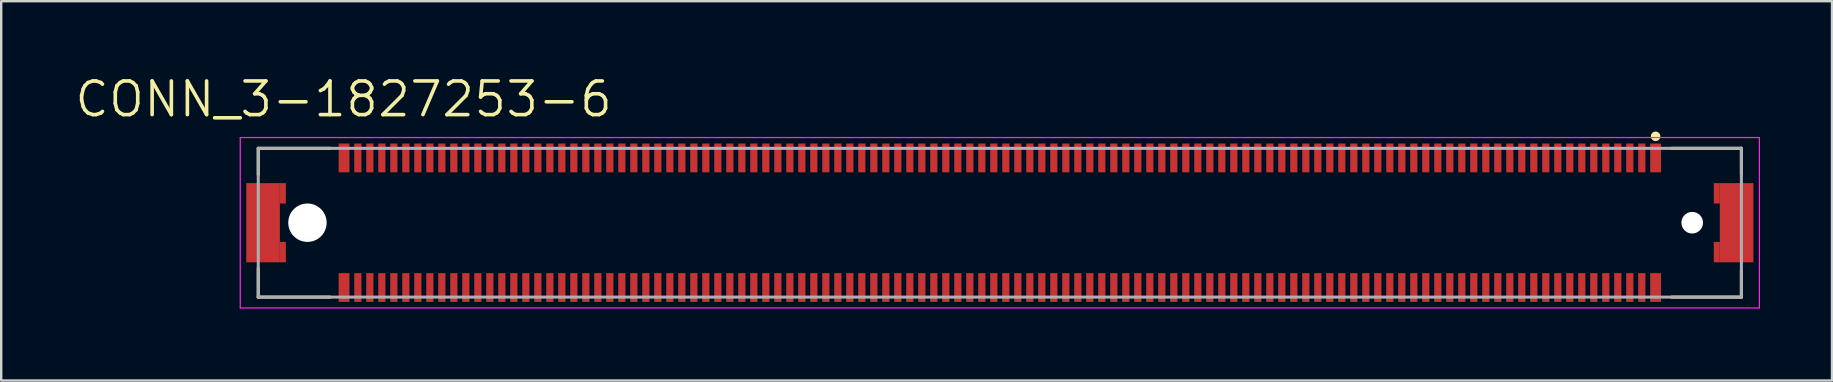
<source format=kicad_pcb>
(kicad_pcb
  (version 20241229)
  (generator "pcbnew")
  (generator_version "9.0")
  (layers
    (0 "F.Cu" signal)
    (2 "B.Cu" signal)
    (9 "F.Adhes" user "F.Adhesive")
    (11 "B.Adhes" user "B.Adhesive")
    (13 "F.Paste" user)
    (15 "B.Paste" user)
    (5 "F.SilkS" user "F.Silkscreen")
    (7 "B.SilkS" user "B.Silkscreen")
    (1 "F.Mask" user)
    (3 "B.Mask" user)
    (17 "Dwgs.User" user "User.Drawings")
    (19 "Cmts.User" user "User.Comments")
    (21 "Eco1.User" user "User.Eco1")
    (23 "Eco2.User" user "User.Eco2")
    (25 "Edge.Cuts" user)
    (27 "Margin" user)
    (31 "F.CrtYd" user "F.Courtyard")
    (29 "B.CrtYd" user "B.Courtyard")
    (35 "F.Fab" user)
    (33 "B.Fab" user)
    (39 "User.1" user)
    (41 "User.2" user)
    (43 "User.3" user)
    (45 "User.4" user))
  (footprint "CONN_3-1827253-6"
    (layer "F.Cu")
    (at 38.611 6.23)
    (property "Reference" "CONN_3-1827253-6" (at -27.344 -5.146 0) (layer "F.SilkS") (effects (font (size 1.402 1.402) (thickness 0.15))))
    (attr through_hole)
    (fp_line (start -30.9 -3.1) (end -30.9 -2) (stroke (width 0.127) (type solid)) (layer "F.SilkS"))
    (fp_line (start -30.9 -3.1) (end -27.9 -3.1) (stroke (width 0.127) (type solid)) (layer "F.SilkS"))
    (fp_line (start -30.9 1.9) (end -30.9 3.1) (stroke (width 0.127) (type solid)) (layer "F.SilkS"))
    (fp_line (start -30.9 3.1) (end -27.9 3.1) (stroke (width 0.127) (type solid)) (layer "F.SilkS"))
    (fp_line (start 28 -3.1) (end 30.9 -3.1) (stroke (width 0.127) (type solid)) (layer "F.SilkS"))
    (fp_line (start 30.9 -3.1) (end 30.9 -2) (stroke (width 0.127) (type solid)) (layer "F.SilkS"))
    (fp_line (start 30.9 2) (end 30.9 3.1) (stroke (width 0.127) (type solid)) (layer "F.SilkS"))
    (fp_line (start 30.9 3.1) (end 28 3.1) (stroke (width 0.127) (type solid)) (layer "F.SilkS"))
    (fp_circle (center 27.325 -3.6) (end 27.425 -3.6) (stroke (width 0.2) (type solid)) (fill no) (layer "F.SilkS"))
    (fp_line (start -31.65 -3.55) (end 31.65 -3.55) (stroke (width 0.05) (type solid)) (layer "F.CrtYd"))
    (fp_line (start -31.65 3.55) (end -31.65 -3.55) (stroke (width 0.05) (type solid)) (layer "F.CrtYd"))
    (fp_line (start 31.65 -3.55) (end 31.65 3.55) (stroke (width 0.05) (type solid)) (layer "F.CrtYd"))
    (fp_line (start 31.65 3.55) (end -31.65 3.55) (stroke (width 0.05) (type solid)) (layer "F.CrtYd"))
    (fp_line (start -30.9 -3.1) (end -30.9 3.1) (stroke (width 0.127) (type solid)) (layer "F.Fab"))
    (fp_line (start -30.9 -3.1) (end 30.9 -3.1) (stroke (width 0.127) (type solid)) (layer "F.Fab"))
    (fp_line (start -30.9 3.1) (end 30.9 3.1) (stroke (width 0.127) (type solid)) (layer "F.Fab"))
    (fp_line (start 30.9 -3.1) (end 30.9 3.1) (stroke (width 0.127) (type solid)) (layer "F.Fab"))
    (pad "" np_thru_hole circle (at -28.85 0) (size 1.6 1.6) (drill 1.6) (layers "*.Cu" "*.Mask"))
    (pad "" np_thru_hole circle (at 28.85 0) (size 0.9 0.9) (drill 0.9) (layers "*.Cu" "*.Mask"))
    (pad "221" smd rect (at -30.7 0) (size 1.4 3.3) (layers "F.Cu" "F.Mask" "F.Paste"))
    (pad "221.1" smd rect (at -29.875 -1.225) (size 0.25 0.85) (layers "F.Cu" "F.Mask" "F.Paste"))
    (pad "221.2" smd rect (at -29.875 1.225) (size 0.25 0.85) (layers "F.Cu" "F.Mask" "F.Paste"))
    (pad "222" smd rect (at 30.7 0 180) (size 1.4 3.3) (layers "F.Cu" "F.Mask" "F.Paste"))
    (pad "222.1" smd rect (at 29.875 -1.225 180) (size 0.25 0.85) (layers "F.Cu" "F.Mask" "F.Paste"))
    (pad "222.2" smd rect (at 29.875 1.225 180) (size 0.25 0.85) (layers "F.Cu" "F.Mask" "F.Paste"))
    (pad "A1" smd rect (at 27.325 -2.7) (size 0.45 1.2) (layers "F.Cu" "F.Mask" "F.Paste"))
    (pad "A2" smd rect (at 26.75 -2.7) (size 0.3 1.2) (layers "F.Cu" "F.Mask" "F.Paste"))
    (pad "A3" smd rect (at 26.25 -2.7) (size 0.3 1.2) (layers "F.Cu" "F.Mask" "F.Paste"))
    (pad "A4" smd rect (at 25.75 -2.7) (size 0.3 1.2) (layers "F.Cu" "F.Mask" "F.Paste"))
    (pad "A5" smd rect (at 25.25 -2.7) (size 0.3 1.2) (layers "F.Cu" "F.Mask" "F.Paste"))
    (pad "A6" smd rect (at 24.75 -2.7) (size 0.3 1.2) (layers "F.Cu" "F.Mask" "F.Paste"))
    (pad "A7" smd rect (at 24.25 -2.7) (size 0.3 1.2) (layers "F.Cu" "F.Mask" "F.Paste"))
    (pad "A8" smd rect (at 23.75 -2.7) (size 0.3 1.2) (layers "F.Cu" "F.Mask" "F.Paste"))
    (pad "A9" smd rect (at 23.25 -2.7) (size 0.3 1.2) (layers "F.Cu" "F.Mask" "F.Paste"))
    (pad "A10" smd rect (at 22.75 -2.7) (size 0.3 1.2) (layers "F.Cu" "F.Mask" "F.Paste"))
    (pad "A11" smd rect (at 22.25 -2.7) (size 0.3 1.2) (layers "F.Cu" "F.Mask" "F.Paste"))
    (pad "A12" smd rect (at 21.75 -2.7) (size 0.3 1.2) (layers "F.Cu" "F.Mask" "F.Paste"))
    (pad "A13" smd rect (at 21.25 -2.7) (size 0.3 1.2) (layers "F.Cu" "F.Mask" "F.Paste"))
    (pad "A14" smd rect (at 20.75 -2.7) (size 0.3 1.2) (layers "F.Cu" "F.Mask" "F.Paste"))
    (pad "A15" smd rect (at 20.25 -2.7) (size 0.3 1.2) (layers "F.Cu" "F.Mask" "F.Paste"))
    (pad "A16" smd rect (at 19.75 -2.7) (size 0.3 1.2) (layers "F.Cu" "F.Mask" "F.Paste"))
    (pad "A17" smd rect (at 19.25 -2.7) (size 0.3 1.2) (layers "F.Cu" "F.Mask" "F.Paste"))
    (pad "A18" smd rect (at 18.75 -2.7) (size 0.3 1.2) (layers "F.Cu" "F.Mask" "F.Paste"))
    (pad "A19" smd rect (at 18.25 -2.7) (size 0.3 1.2) (layers "F.Cu" "F.Mask" "F.Paste"))
    (pad "A20" smd rect (at 17.75 -2.7) (size 0.3 1.2) (layers "F.Cu" "F.Mask" "F.Paste"))
    (pad "A21" smd rect (at 17.25 -2.7) (size 0.3 1.2) (layers "F.Cu" "F.Mask" "F.Paste"))
    (pad "A22" smd rect (at 16.75 -2.7) (size 0.3 1.2) (layers "F.Cu" "F.Mask" "F.Paste"))
    (pad "A23" smd rect (at 16.25 -2.7) (size 0.3 1.2) (layers "F.Cu" "F.Mask" "F.Paste"))
    (pad "A24" smd rect (at 15.75 -2.7) (size 0.3 1.2) (layers "F.Cu" "F.Mask" "F.Paste"))
    (pad "A25" smd rect (at 15.25 -2.7) (size 0.3 1.2) (layers "F.Cu" "F.Mask" "F.Paste"))
    (pad "A26" smd rect (at 14.75 -2.7) (size 0.3 1.2) (layers "F.Cu" "F.Mask" "F.Paste"))
    (pad "A27" smd rect (at 14.25 -2.7) (size 0.3 1.2) (layers "F.Cu" "F.Mask" "F.Paste"))
    (pad "A28" smd rect (at 13.75 -2.7) (size 0.3 1.2) (layers "F.Cu" "F.Mask" "F.Paste"))
    (pad "A29" smd rect (at 13.25 -2.7) (size 0.3 1.2) (layers "F.Cu" "F.Mask" "F.Paste"))
    (pad "A30" smd rect (at 12.75 -2.7) (size 0.3 1.2) (layers "F.Cu" "F.Mask" "F.Paste"))
    (pad "A31" smd rect (at 12.25 -2.7) (size 0.3 1.2) (layers "F.Cu" "F.Mask" "F.Paste"))
    (pad "A32" smd rect (at 11.75 -2.7) (size 0.3 1.2) (layers "F.Cu" "F.Mask" "F.Paste"))
    (pad "A33" smd rect (at 11.25 -2.7) (size 0.3 1.2) (layers "F.Cu" "F.Mask" "F.Paste"))
    (pad "A34" smd rect (at 10.75 -2.7) (size 0.3 1.2) (layers "F.Cu" "F.Mask" "F.Paste"))
    (pad "A35" smd rect (at 10.25 -2.7) (size 0.3 1.2) (layers "F.Cu" "F.Mask" "F.Paste"))
    (pad "A36" smd rect (at 9.75 -2.7) (size 0.3 1.2) (layers "F.Cu" "F.Mask" "F.Paste"))
    (pad "A37" smd rect (at 9.25 -2.7) (size 0.3 1.2) (layers "F.Cu" "F.Mask" "F.Paste"))
    (pad "A38" smd rect (at 8.75 -2.7) (size 0.3 1.2) (layers "F.Cu" "F.Mask" "F.Paste"))
    (pad "A39" smd rect (at 8.25 -2.7) (size 0.3 1.2) (layers "F.Cu" "F.Mask" "F.Paste"))
    (pad "A40" smd rect (at 7.75 -2.7) (size 0.3 1.2) (layers "F.Cu" "F.Mask" "F.Paste"))
    (pad "A41" smd rect (at 7.25 -2.7) (size 0.3 1.2) (layers "F.Cu" "F.Mask" "F.Paste"))
    (pad "A42" smd rect (at 6.75 -2.7) (size 0.3 1.2) (layers "F.Cu" "F.Mask" "F.Paste"))
    (pad "A43" smd rect (at 6.25 -2.7) (size 0.3 1.2) (layers "F.Cu" "F.Mask" "F.Paste"))
    (pad "A44" smd rect (at 5.75 -2.7) (size 0.3 1.2) (layers "F.Cu" "F.Mask" "F.Paste"))
    (pad "A45" smd rect (at 5.25 -2.7) (size 0.3 1.2) (layers "F.Cu" "F.Mask" "F.Paste"))
    (pad "A46" smd rect (at 4.75 -2.7) (size 0.3 1.2) (layers "F.Cu" "F.Mask" "F.Paste"))
    (pad "A47" smd rect (at 4.25 -2.7) (size 0.3 1.2) (layers "F.Cu" "F.Mask" "F.Paste"))
    (pad "A48" smd rect (at 3.75 -2.7) (size 0.3 1.2) (layers "F.Cu" "F.Mask" "F.Paste"))
    (pad "A49" smd rect (at 3.25 -2.7) (size 0.3 1.2) (layers "F.Cu" "F.Mask" "F.Paste"))
    (pad "A50" smd rect (at 2.75 -2.7) (size 0.3 1.2) (layers "F.Cu" "F.Mask" "F.Paste"))
    (pad "A51" smd rect (at 2.25 -2.7) (size 0.3 1.2) (layers "F.Cu" "F.Mask" "F.Paste"))
    (pad "A52" smd rect (at 1.75 -2.7) (size 0.3 1.2) (layers "F.Cu" "F.Mask" "F.Paste"))
    (pad "A53" smd rect (at 1.25 -2.7) (size 0.3 1.2) (layers "F.Cu" "F.Mask" "F.Paste"))
    (pad "A54" smd rect (at 0.75 -2.7) (size 0.3 1.2) (layers "F.Cu" "F.Mask" "F.Paste"))
    (pad "A55" smd rect (at 0.25 -2.7) (size 0.3 1.2) (layers "F.Cu" "F.Mask" "F.Paste"))
    (pad "A56" smd rect (at -0.25 -2.7) (size 0.3 1.2) (layers "F.Cu" "F.Mask" "F.Paste"))
    (pad "A57" smd rect (at -0.75 -2.7) (size 0.3 1.2) (layers "F.Cu" "F.Mask" "F.Paste"))
    (pad "A58" smd rect (at -1.25 -2.7) (size 0.3 1.2) (layers "F.Cu" "F.Mask" "F.Paste"))
    (pad "A59" smd rect (at -1.75 -2.7) (size 0.3 1.2) (layers "F.Cu" "F.Mask" "F.Paste"))
    (pad "A60" smd rect (at -2.25 -2.7) (size 0.3 1.2) (layers "F.Cu" "F.Mask" "F.Paste"))
    (pad "A61" smd rect (at -2.75 -2.7) (size 0.3 1.2) (layers "F.Cu" "F.Mask" "F.Paste"))
    (pad "A62" smd rect (at -3.25 -2.7) (size 0.3 1.2) (layers "F.Cu" "F.Mask" "F.Paste"))
    (pad "A63" smd rect (at -3.75 -2.7) (size 0.3 1.2) (layers "F.Cu" "F.Mask" "F.Paste"))
    (pad "A64" smd rect (at -4.25 -2.7) (size 0.3 1.2) (layers "F.Cu" "F.Mask" "F.Paste"))
    (pad "A65" smd rect (at -4.75 -2.7) (size 0.3 1.2) (layers "F.Cu" "F.Mask" "F.Paste"))
    (pad "A66" smd rect (at -5.25 -2.7) (size 0.3 1.2) (layers "F.Cu" "F.Mask" "F.Paste"))
    (pad "A67" smd rect (at -5.75 -2.7) (size 0.3 1.2) (layers "F.Cu" "F.Mask" "F.Paste"))
    (pad "A68" smd rect (at -6.25 -2.7) (size 0.3 1.2) (layers "F.Cu" "F.Mask" "F.Paste"))
    (pad "A69" smd rect (at -6.75 -2.7) (size 0.3 1.2) (layers "F.Cu" "F.Mask" "F.Paste"))
    (pad "A70" smd rect (at -7.25 -2.7) (size 0.3 1.2) (layers "F.Cu" "F.Mask" "F.Paste"))
    (pad "A71" smd rect (at -7.75 -2.7) (size 0.3 1.2) (layers "F.Cu" "F.Mask" "F.Paste"))
    (pad "A72" smd rect (at -8.25 -2.7) (size 0.3 1.2) (layers "F.Cu" "F.Mask" "F.Paste"))
    (pad "A73" smd rect (at -8.75 -2.7) (size 0.3 1.2) (layers "F.Cu" "F.Mask" "F.Paste"))
    (pad "A74" smd rect (at -9.25 -2.7) (size 0.3 1.2) (layers "F.Cu" "F.Mask" "F.Paste"))
    (pad "A75" smd rect (at -9.75 -2.7) (size 0.3 1.2) (layers "F.Cu" "F.Mask" "F.Paste"))
    (pad "A76" smd rect (at -10.25 -2.7) (size 0.3 1.2) (layers "F.Cu" "F.Mask" "F.Paste"))
    (pad "A77" smd rect (at -10.75 -2.7) (size 0.3 1.2) (layers "F.Cu" "F.Mask" "F.Paste"))
    (pad "A78" smd rect (at -11.25 -2.7) (size 0.3 1.2) (layers "F.Cu" "F.Mask" "F.Paste"))
    (pad "A79" smd rect (at -11.75 -2.7) (size 0.3 1.2) (layers "F.Cu" "F.Mask" "F.Paste"))
    (pad "A80" smd rect (at -12.25 -2.7) (size 0.3 1.2) (layers "F.Cu" "F.Mask" "F.Paste"))
    (pad "A81" smd rect (at -12.75 -2.7) (size 0.3 1.2) (layers "F.Cu" "F.Mask" "F.Paste"))
    (pad "A82" smd rect (at -13.25 -2.7) (size 0.3 1.2) (layers "F.Cu" "F.Mask" "F.Paste"))
    (pad "A83" smd rect (at -13.75 -2.7) (size 0.3 1.2) (layers "F.Cu" "F.Mask" "F.Paste"))
    (pad "A84" smd rect (at -14.25 -2.7) (size 0.3 1.2) (layers "F.Cu" "F.Mask" "F.Paste"))
    (pad "A85" smd rect (at -14.75 -2.7) (size 0.3 1.2) (layers "F.Cu" "F.Mask" "F.Paste"))
    (pad "A86" smd rect (at -15.25 -2.7) (size 0.3 1.2) (layers "F.Cu" "F.Mask" "F.Paste"))
    (pad "A87" smd rect (at -15.75 -2.7) (size 0.3 1.2) (layers "F.Cu" "F.Mask" "F.Paste"))
    (pad "A88" smd rect (at -16.25 -2.7) (size 0.3 1.2) (layers "F.Cu" "F.Mask" "F.Paste"))
    (pad "A89" smd rect (at -16.75 -2.7) (size 0.3 1.2) (layers "F.Cu" "F.Mask" "F.Paste"))
    (pad "A90" smd rect (at -17.25 -2.7) (size 0.3 1.2) (layers "F.Cu" "F.Mask" "F.Paste"))
    (pad "A91" smd rect (at -17.75 -2.7) (size 0.3 1.2) (layers "F.Cu" "F.Mask" "F.Paste"))
    (pad "A92" smd rect (at -18.25 -2.7) (size 0.3 1.2) (layers "F.Cu" "F.Mask" "F.Paste"))
    (pad "A93" smd rect (at -18.75 -2.7) (size 0.3 1.2) (layers "F.Cu" "F.Mask" "F.Paste"))
    (pad "A94" smd rect (at -19.25 -2.7) (size 0.3 1.2) (layers "F.Cu" "F.Mask" "F.Paste"))
    (pad "A95" smd rect (at -19.75 -2.7) (size 0.3 1.2) (layers "F.Cu" "F.Mask" "F.Paste"))
    (pad "A96" smd rect (at -20.25 -2.7) (size 0.3 1.2) (layers "F.Cu" "F.Mask" "F.Paste"))
    (pad "A97" smd rect (at -20.75 -2.7) (size 0.3 1.2) (layers "F.Cu" "F.Mask" "F.Paste"))
    (pad "A98" smd rect (at -21.25 -2.7) (size 0.3 1.2) (layers "F.Cu" "F.Mask" "F.Paste"))
    (pad "A99" smd rect (at -21.75 -2.7) (size 0.3 1.2) (layers "F.Cu" "F.Mask" "F.Paste"))
    (pad "A100" smd rect (at -22.25 -2.7) (size 0.3 1.2) (layers "F.Cu" "F.Mask" "F.Paste"))
    (pad "A101" smd rect (at -22.75 -2.7) (size 0.3 1.2) (layers "F.Cu" "F.Mask" "F.Paste"))
    (pad "A102" smd rect (at -23.25 -2.7) (size 0.3 1.2) (layers "F.Cu" "F.Mask" "F.Paste"))
    (pad "A103" smd rect (at -23.75 -2.7) (size 0.3 1.2) (layers "F.Cu" "F.Mask" "F.Paste"))
    (pad "A104" smd rect (at -24.25 -2.7) (size 0.3 1.2) (layers "F.Cu" "F.Mask" "F.Paste"))
    (pad "A105" smd rect (at -24.75 -2.7) (size 0.3 1.2) (layers "F.Cu" "F.Mask" "F.Paste"))
    (pad "A106" smd rect (at -25.25 -2.7) (size 0.3 1.2) (layers "F.Cu" "F.Mask" "F.Paste"))
    (pad "A107" smd rect (at -25.75 -2.7) (size 0.3 1.2) (layers "F.Cu" "F.Mask" "F.Paste"))
    (pad "A108" smd rect (at -26.25 -2.7) (size 0.3 1.2) (layers "F.Cu" "F.Mask" "F.Paste"))
    (pad "A109" smd rect (at -26.75 -2.7) (size 0.3 1.2) (layers "F.Cu" "F.Mask" "F.Paste"))
    (pad "A110" smd rect (at -27.325 -2.7) (size 0.45 1.2) (layers "F.Cu" "F.Mask" "F.Paste"))
    (pad "B1" smd rect (at 27.325 2.7 180) (size 0.45 1.2) (layers "F.Cu" "F.Mask" "F.Paste"))
    (pad "B2" smd rect (at 26.75 2.7 180) (size 0.3 1.2) (layers "F.Cu" "F.Mask" "F.Paste"))
    (pad "B3" smd rect (at 26.25 2.7 180) (size 0.3 1.2) (layers "F.Cu" "F.Mask" "F.Paste"))
    (pad "B4" smd rect (at 25.75 2.7 180) (size 0.3 1.2) (layers "F.Cu" "F.Mask" "F.Paste"))
    (pad "B5" smd rect (at 25.25 2.7 180) (size 0.3 1.2) (layers "F.Cu" "F.Mask" "F.Paste"))
    (pad "B6" smd rect (at 24.75 2.7 180) (size 0.3 1.2) (layers "F.Cu" "F.Mask" "F.Paste"))
    (pad "B7" smd rect (at 24.25 2.7 180) (size 0.3 1.2) (layers "F.Cu" "F.Mask" "F.Paste"))
    (pad "B8" smd rect (at 23.75 2.7 180) (size 0.3 1.2) (layers "F.Cu" "F.Mask" "F.Paste"))
    (pad "B9" smd rect (at 23.25 2.7 180) (size 0.3 1.2) (layers "F.Cu" "F.Mask" "F.Paste"))
    (pad "B10" smd rect (at 22.75 2.7 180) (size 0.3 1.2) (layers "F.Cu" "F.Mask" "F.Paste"))
    (pad "B11" smd rect (at 22.25 2.7 180) (size 0.3 1.2) (layers "F.Cu" "F.Mask" "F.Paste"))
    (pad "B12" smd rect (at 21.75 2.7 180) (size 0.3 1.2) (layers "F.Cu" "F.Mask" "F.Paste"))
    (pad "B13" smd rect (at 21.25 2.7 180) (size 0.3 1.2) (layers "F.Cu" "F.Mask" "F.Paste"))
    (pad "B14" smd rect (at 20.75 2.7 180) (size 0.3 1.2) (layers "F.Cu" "F.Mask" "F.Paste"))
    (pad "B15" smd rect (at 20.25 2.7 180) (size 0.3 1.2) (layers "F.Cu" "F.Mask" "F.Paste"))
    (pad "B16" smd rect (at 19.75 2.7 180) (size 0.3 1.2) (layers "F.Cu" "F.Mask" "F.Paste"))
    (pad "B17" smd rect (at 19.25 2.7 180) (size 0.3 1.2) (layers "F.Cu" "F.Mask" "F.Paste"))
    (pad "B18" smd rect (at 18.75 2.7 180) (size 0.3 1.2) (layers "F.Cu" "F.Mask" "F.Paste"))
    (pad "B19" smd rect (at 18.25 2.7 180) (size 0.3 1.2) (layers "F.Cu" "F.Mask" "F.Paste"))
    (pad "B20" smd rect (at 17.75 2.7 180) (size 0.3 1.2) (layers "F.Cu" "F.Mask" "F.Paste"))
    (pad "B21" smd rect (at 17.25 2.7 180) (size 0.3 1.2) (layers "F.Cu" "F.Mask" "F.Paste"))
    (pad "B22" smd rect (at 16.75 2.7 180) (size 0.3 1.2) (layers "F.Cu" "F.Mask" "F.Paste"))
    (pad "B23" smd rect (at 16.25 2.7 180) (size 0.3 1.2) (layers "F.Cu" "F.Mask" "F.Paste"))
    (pad "B24" smd rect (at 15.75 2.7 180) (size 0.3 1.2) (layers "F.Cu" "F.Mask" "F.Paste"))
    (pad "B25" smd rect (at 15.25 2.7 180) (size 0.3 1.2) (layers "F.Cu" "F.Mask" "F.Paste"))
    (pad "B26" smd rect (at 14.75 2.7 180) (size 0.3 1.2) (layers "F.Cu" "F.Mask" "F.Paste"))
    (pad "B27" smd rect (at 14.25 2.7 180) (size 0.3 1.2) (layers "F.Cu" "F.Mask" "F.Paste"))
    (pad "B28" smd rect (at 13.75 2.7 180) (size 0.3 1.2) (layers "F.Cu" "F.Mask" "F.Paste"))
    (pad "B29" smd rect (at 13.25 2.7 180) (size 0.3 1.2) (layers "F.Cu" "F.Mask" "F.Paste"))
    (pad "B30" smd rect (at 12.75 2.7 180) (size 0.3 1.2) (layers "F.Cu" "F.Mask" "F.Paste"))
    (pad "B31" smd rect (at 12.25 2.7 180) (size 0.3 1.2) (layers "F.Cu" "F.Mask" "F.Paste"))
    (pad "B32" smd rect (at 11.75 2.7 180) (size 0.3 1.2) (layers "F.Cu" "F.Mask" "F.Paste"))
    (pad "B33" smd rect (at 11.25 2.7 180) (size 0.3 1.2) (layers "F.Cu" "F.Mask" "F.Paste"))
    (pad "B34" smd rect (at 10.75 2.7 180) (size 0.3 1.2) (layers "F.Cu" "F.Mask" "F.Paste"))
    (pad "B35" smd rect (at 10.25 2.7 180) (size 0.3 1.2) (layers "F.Cu" "F.Mask" "F.Paste"))
    (pad "B36" smd rect (at 9.75 2.7 180) (size 0.3 1.2) (layers "F.Cu" "F.Mask" "F.Paste"))
    (pad "B37" smd rect (at 9.25 2.7 180) (size 0.3 1.2) (layers "F.Cu" "F.Mask" "F.Paste"))
    (pad "B38" smd rect (at 8.75 2.7 180) (size 0.3 1.2) (layers "F.Cu" "F.Mask" "F.Paste"))
    (pad "B39" smd rect (at 8.25 2.7 180) (size 0.3 1.2) (layers "F.Cu" "F.Mask" "F.Paste"))
    (pad "B40" smd rect (at 7.75 2.7 180) (size 0.3 1.2) (layers "F.Cu" "F.Mask" "F.Paste"))
    (pad "B41" smd rect (at 7.25 2.7 180) (size 0.3 1.2) (layers "F.Cu" "F.Mask" "F.Paste"))
    (pad "B42" smd rect (at 6.75 2.7 180) (size 0.3 1.2) (layers "F.Cu" "F.Mask" "F.Paste"))
    (pad "B43" smd rect (at 6.25 2.7 180) (size 0.3 1.2) (layers "F.Cu" "F.Mask" "F.Paste"))
    (pad "B44" smd rect (at 5.75 2.7 180) (size 0.3 1.2) (layers "F.Cu" "F.Mask" "F.Paste"))
    (pad "B45" smd rect (at 5.25 2.7 180) (size 0.3 1.2) (layers "F.Cu" "F.Mask" "F.Paste"))
    (pad "B46" smd rect (at 4.75 2.7 180) (size 0.3 1.2) (layers "F.Cu" "F.Mask" "F.Paste"))
    (pad "B47" smd rect (at 4.25 2.7 180) (size 0.3 1.2) (layers "F.Cu" "F.Mask" "F.Paste"))
    (pad "B48" smd rect (at 3.75 2.7 180) (size 0.3 1.2) (layers "F.Cu" "F.Mask" "F.Paste"))
    (pad "B49" smd rect (at 3.25 2.7 180) (size 0.3 1.2) (layers "F.Cu" "F.Mask" "F.Paste"))
    (pad "B50" smd rect (at 2.75 2.7 180) (size 0.3 1.2) (layers "F.Cu" "F.Mask" "F.Paste"))
    (pad "B51" smd rect (at 2.25 2.7 180) (size 0.3 1.2) (layers "F.Cu" "F.Mask" "F.Paste"))
    (pad "B52" smd rect (at 1.75 2.7 180) (size 0.3 1.2) (layers "F.Cu" "F.Mask" "F.Paste"))
    (pad "B53" smd rect (at 1.25 2.7 180) (size 0.3 1.2) (layers "F.Cu" "F.Mask" "F.Paste"))
    (pad "B54" smd rect (at 0.75 2.7 180) (size 0.3 1.2) (layers "F.Cu" "F.Mask" "F.Paste"))
    (pad "B55" smd rect (at 0.25 2.7 180) (size 0.3 1.2) (layers "F.Cu" "F.Mask" "F.Paste"))
    (pad "B56" smd rect (at -0.25 2.7 180) (size 0.3 1.2) (layers "F.Cu" "F.Mask" "F.Paste"))
    (pad "B57" smd rect (at -0.75 2.7 180) (size 0.3 1.2) (layers "F.Cu" "F.Mask" "F.Paste"))
    (pad "B58" smd rect (at -1.25 2.7 180) (size 0.3 1.2) (layers "F.Cu" "F.Mask" "F.Paste"))
    (pad "B59" smd rect (at -1.75 2.7 180) (size 0.3 1.2) (layers "F.Cu" "F.Mask" "F.Paste"))
    (pad "B60" smd rect (at -2.25 2.7 180) (size 0.3 1.2) (layers "F.Cu" "F.Mask" "F.Paste"))
    (pad "B61" smd rect (at -2.75 2.7 180) (size 0.3 1.2) (layers "F.Cu" "F.Mask" "F.Paste"))
    (pad "B62" smd rect (at -3.25 2.7 180) (size 0.3 1.2) (layers "F.Cu" "F.Mask" "F.Paste"))
    (pad "B63" smd rect (at -3.75 2.7 180) (size 0.3 1.2) (layers "F.Cu" "F.Mask" "F.Paste"))
    (pad "B64" smd rect (at -4.25 2.7 180) (size 0.3 1.2) (layers "F.Cu" "F.Mask" "F.Paste"))
    (pad "B65" smd rect (at -4.75 2.7 180) (size 0.3 1.2) (layers "F.Cu" "F.Mask" "F.Paste"))
    (pad "B66" smd rect (at -5.25 2.7 180) (size 0.3 1.2) (layers "F.Cu" "F.Mask" "F.Paste"))
    (pad "B67" smd rect (at -5.75 2.7 180) (size 0.3 1.2) (layers "F.Cu" "F.Mask" "F.Paste"))
    (pad "B68" smd rect (at -6.25 2.7 180) (size 0.3 1.2) (layers "F.Cu" "F.Mask" "F.Paste"))
    (pad "B69" smd rect (at -6.75 2.7 180) (size 0.3 1.2) (layers "F.Cu" "F.Mask" "F.Paste"))
    (pad "B70" smd rect (at -7.25 2.7 180) (size 0.3 1.2) (layers "F.Cu" "F.Mask" "F.Paste"))
    (pad "B71" smd rect (at -7.75 2.7 180) (size 0.3 1.2) (layers "F.Cu" "F.Mask" "F.Paste"))
    (pad "B72" smd rect (at -8.25 2.7 180) (size 0.3 1.2) (layers "F.Cu" "F.Mask" "F.Paste"))
    (pad "B73" smd rect (at -8.75 2.7 180) (size 0.3 1.2) (layers "F.Cu" "F.Mask" "F.Paste"))
    (pad "B74" smd rect (at -9.25 2.7 180) (size 0.3 1.2) (layers "F.Cu" "F.Mask" "F.Paste"))
    (pad "B75" smd rect (at -9.75 2.7 180) (size 0.3 1.2) (layers "F.Cu" "F.Mask" "F.Paste"))
    (pad "B76" smd rect (at -10.25 2.7 180) (size 0.3 1.2) (layers "F.Cu" "F.Mask" "F.Paste"))
    (pad "B77" smd rect (at -10.75 2.7 180) (size 0.3 1.2) (layers "F.Cu" "F.Mask" "F.Paste"))
    (pad "B78" smd rect (at -11.25 2.7 180) (size 0.3 1.2) (layers "F.Cu" "F.Mask" "F.Paste"))
    (pad "B79" smd rect (at -11.75 2.7 180) (size 0.3 1.2) (layers "F.Cu" "F.Mask" "F.Paste"))
    (pad "B80" smd rect (at -12.25 2.7 180) (size 0.3 1.2) (layers "F.Cu" "F.Mask" "F.Paste"))
    (pad "B81" smd rect (at -12.75 2.7 180) (size 0.3 1.2) (layers "F.Cu" "F.Mask" "F.Paste"))
    (pad "B82" smd rect (at -13.25 2.7 180) (size 0.3 1.2) (layers "F.Cu" "F.Mask" "F.Paste"))
    (pad "B83" smd rect (at -13.75 2.7 180) (size 0.3 1.2) (layers "F.Cu" "F.Mask" "F.Paste"))
    (pad "B84" smd rect (at -14.25 2.7 180) (size 0.3 1.2) (layers "F.Cu" "F.Mask" "F.Paste"))
    (pad "B85" smd rect (at -14.75 2.7 180) (size 0.3 1.2) (layers "F.Cu" "F.Mask" "F.Paste"))
    (pad "B86" smd rect (at -15.25 2.7 180) (size 0.3 1.2) (layers "F.Cu" "F.Mask" "F.Paste"))
    (pad "B87" smd rect (at -15.75 2.7 180) (size 0.3 1.2) (layers "F.Cu" "F.Mask" "F.Paste"))
    (pad "B88" smd rect (at -16.25 2.7 180) (size 0.3 1.2) (layers "F.Cu" "F.Mask" "F.Paste"))
    (pad "B89" smd rect (at -16.75 2.7 180) (size 0.3 1.2) (layers "F.Cu" "F.Mask" "F.Paste"))
    (pad "B90" smd rect (at -17.25 2.7 180) (size 0.3 1.2) (layers "F.Cu" "F.Mask" "F.Paste"))
    (pad "B91" smd rect (at -17.75 2.7 180) (size 0.3 1.2) (layers "F.Cu" "F.Mask" "F.Paste"))
    (pad "B92" smd rect (at -18.25 2.7 180) (size 0.3 1.2) (layers "F.Cu" "F.Mask" "F.Paste"))
    (pad "B93" smd rect (at -18.75 2.7 180) (size 0.3 1.2) (layers "F.Cu" "F.Mask" "F.Paste"))
    (pad "B94" smd rect (at -19.25 2.7 180) (size 0.3 1.2) (layers "F.Cu" "F.Mask" "F.Paste"))
    (pad "B95" smd rect (at -19.75 2.7 180) (size 0.3 1.2) (layers "F.Cu" "F.Mask" "F.Paste"))
    (pad "B96" smd rect (at -20.25 2.7 180) (size 0.3 1.2) (layers "F.Cu" "F.Mask" "F.Paste"))
    (pad "B97" smd rect (at -20.75 2.7 180) (size 0.3 1.2) (layers "F.Cu" "F.Mask" "F.Paste"))
    (pad "B98" smd rect (at -21.25 2.7 180) (size 0.3 1.2) (layers "F.Cu" "F.Mask" "F.Paste"))
    (pad "B99" smd rect (at -21.75 2.7 180) (size 0.3 1.2) (layers "F.Cu" "F.Mask" "F.Paste"))
    (pad "B100" smd rect (at -22.25 2.7 180) (size 0.3 1.2) (layers "F.Cu" "F.Mask" "F.Paste"))
    (pad "B101" smd rect (at -22.75 2.7 180) (size 0.3 1.2) (layers "F.Cu" "F.Mask" "F.Paste"))
    (pad "B102" smd rect (at -23.25 2.7 180) (size 0.3 1.2) (layers "F.Cu" "F.Mask" "F.Paste"))
    (pad "B103" smd rect (at -23.75 2.7 180) (size 0.3 1.2) (layers "F.Cu" "F.Mask" "F.Paste"))
    (pad "B104" smd rect (at -24.25 2.7 180) (size 0.3 1.2) (layers "F.Cu" "F.Mask" "F.Paste"))
    (pad "B105" smd rect (at -24.75 2.7 180) (size 0.3 1.2) (layers "F.Cu" "F.Mask" "F.Paste"))
    (pad "B106" smd rect (at -25.25 2.7 180) (size 0.3 1.2) (layers "F.Cu" "F.Mask" "F.Paste"))
    (pad "B107" smd rect (at -25.75 2.7 180) (size 0.3 1.2) (layers "F.Cu" "F.Mask" "F.Paste"))
    (pad "B108" smd rect (at -26.25 2.7 180) (size 0.3 1.2) (layers "F.Cu" "F.Mask" "F.Paste"))
    (pad "B109" smd rect (at -26.75 2.7 180) (size 0.3 1.2) (layers "F.Cu" "F.Mask" "F.Paste"))
    (pad "B110" smd rect (at -27.325 2.7 180) (size 0.45 1.2) (layers "F.Cu" "F.Mask" "F.Paste")))
  (gr_rect
    (start -3 -3)
    (end 73.286 12.805)
    (stroke (width 0.1) (type default))
    (fill no)
    (layer "Edge.Cuts")))
</source>
